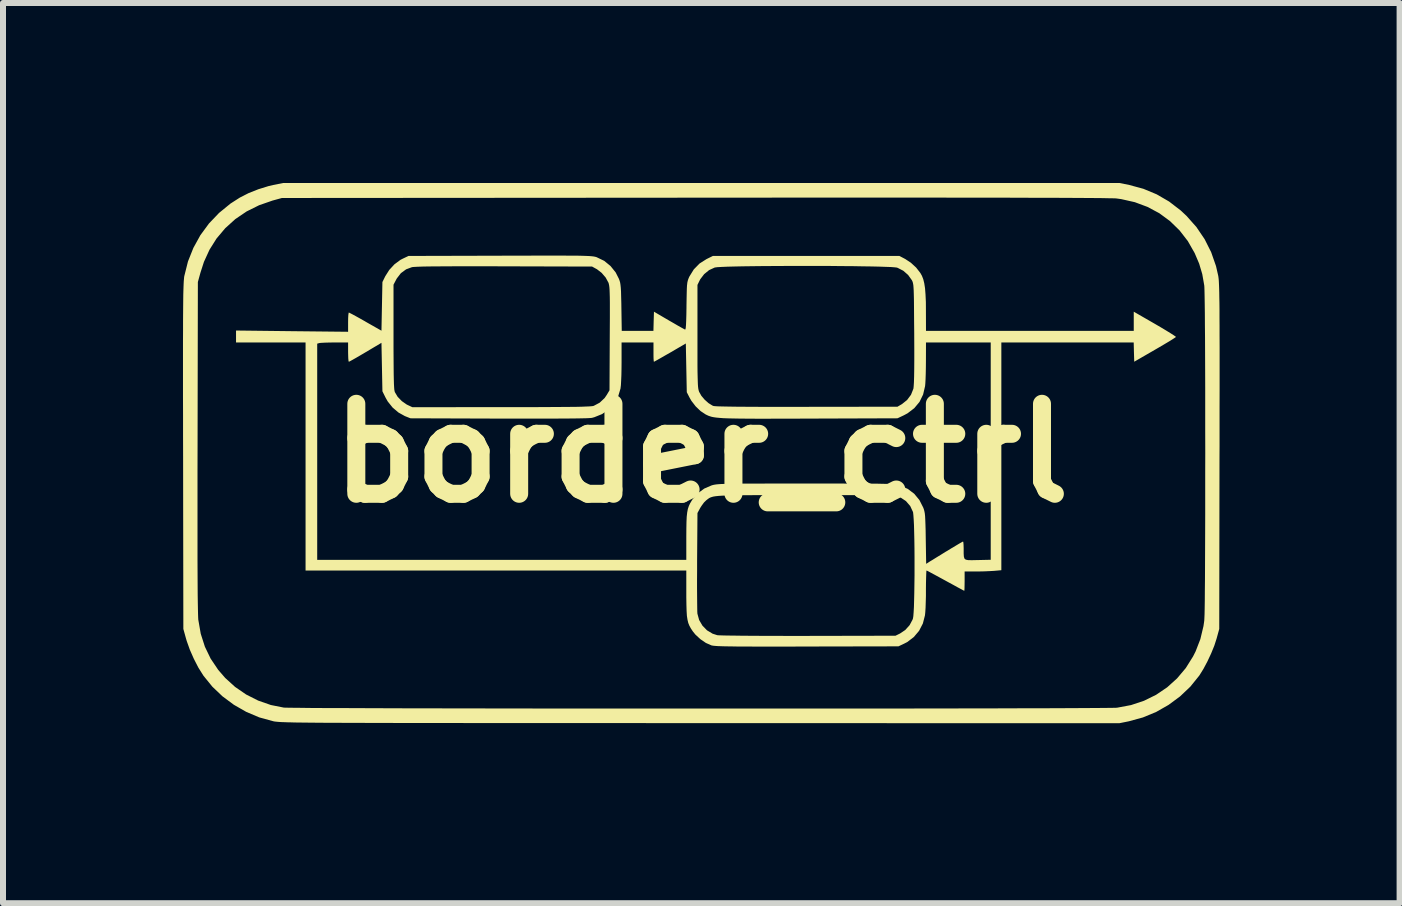
<source format=kicad_pcb>
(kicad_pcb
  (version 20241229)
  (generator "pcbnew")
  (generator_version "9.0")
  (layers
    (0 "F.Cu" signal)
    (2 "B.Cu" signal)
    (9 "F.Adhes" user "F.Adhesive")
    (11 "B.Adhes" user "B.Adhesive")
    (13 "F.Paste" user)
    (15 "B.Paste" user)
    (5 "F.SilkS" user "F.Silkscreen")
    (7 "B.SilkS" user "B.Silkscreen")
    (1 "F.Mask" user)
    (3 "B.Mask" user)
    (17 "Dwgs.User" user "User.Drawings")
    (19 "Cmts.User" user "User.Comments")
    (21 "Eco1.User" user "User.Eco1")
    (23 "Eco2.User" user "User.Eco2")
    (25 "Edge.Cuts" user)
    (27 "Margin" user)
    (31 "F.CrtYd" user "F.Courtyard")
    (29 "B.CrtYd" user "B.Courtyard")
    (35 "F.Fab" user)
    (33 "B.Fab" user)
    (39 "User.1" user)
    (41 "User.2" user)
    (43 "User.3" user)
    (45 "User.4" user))
  (footprint "border_ctrl"
    (layer "F.Cu")
    (at 8.639 4.502)
    (property "Reference" "border_ctrl" (at 0 0 0) (layer "F.SilkS") (effects (font (size 1.5 1.5) (thickness 0.3))))
    (attr board_only exclude_from_pos_files exclude_from_bom)
    (fp_poly (pts (xy 7.133 -4.469) (xy 7.369 -4.405) (xy 7.59 -4.313) (xy 7.797 -4.193) (xy 7.992 -4.043) (xy 8.089 -3.952) (xy 8.252 -3.768) (xy 8.389 -3.566) (xy 8.498 -3.349) (xy 8.579 -3.117) (xy 8.616 -2.955) (xy 8.619 -2.936) (xy 8.622 -2.912) (xy 8.625 -2.882) (xy 8.627 -2.845) (xy 8.629 -2.8) (xy 8.631 -2.745) (xy 8.633 -2.678) (xy 8.634 -2.598) (xy 8.636 -2.504) (xy 8.637 -2.394) (xy 8.637 -2.267) (xy 8.638 -2.121) (xy 8.638 -1.955) (xy 8.639 -1.768) (xy 8.639 -1.558) (xy 8.639 -1.323) (xy 8.639 -1.062) (xy 8.638 -0.775) (xy 8.638 -0.458) (xy 8.638 -0.112) (xy 8.637 0.057) (xy 8.633 2.931) (xy 8.589 3.091) (xy 8.551 3.209) (xy 8.498 3.339) (xy 8.436 3.472) (xy 8.37 3.596) (xy 8.305 3.701) (xy 8.298 3.711) (xy 8.151 3.893) (xy 7.979 4.056) (xy 7.788 4.197) (xy 7.581 4.315) (xy 7.361 4.406) (xy 7.134 4.468) (xy 7.133 4.469) (xy 6.969 4.502) (xy -0.011 4.501) (xy -0.575 4.501) (xy -1.109 4.5) (xy -1.612 4.5) (xy -2.086 4.5) (xy -2.531 4.5) (xy -2.949 4.5) (xy -3.34 4.5) (xy -3.704 4.5) (xy -4.045 4.499) (xy -4.361 4.499) (xy -4.654 4.499) (xy -4.924 4.499) (xy -5.174 4.498) (xy -5.403 4.498) (xy -5.613 4.497) (xy -5.804 4.497) (xy -5.978 4.496) (xy -6.135 4.495) (xy -6.276 4.495) (xy -6.403 4.494) (xy -6.515 4.493) (xy -6.614 4.492) (xy -6.702 4.491) (xy -6.778 4.49) (xy -6.843 4.488) (xy -6.9 4.487) (xy -6.948 4.485) (xy -6.988 4.484) (xy -7.022 4.482) (xy -7.049 4.48) (xy -7.073 4.478) (xy -7.092 4.476) (xy -7.108 4.474) (xy -7.122 4.472) (xy -7.135 4.469) (xy -7.143 4.467) (xy -7.368 4.405) (xy -7.585 4.313) (xy -7.791 4.195) (xy -7.981 4.054) (xy -8.15 3.893) (xy -8.296 3.713) (xy -8.304 3.701) (xy -8.383 3.575) (xy -8.458 3.429) (xy -8.525 3.277) (xy -8.577 3.131) (xy -8.589 3.09) (xy -8.633 2.931) (xy -8.636 0.976) (xy -8.397 0.976) (xy -8.397 1.278) (xy -8.397 1.55) (xy -8.397 1.793) (xy -8.396 2.008) (xy -8.395 2.196) (xy -8.394 2.357) (xy -8.392 2.491) (xy -8.39 2.6) (xy -8.388 2.684) (xy -8.386 2.744) (xy -8.384 2.78) (xy -8.383 2.782) (xy -8.343 3.012) (xy -8.274 3.227) (xy -8.178 3.426) (xy -8.052 3.613) (xy -7.936 3.747) (xy -7.771 3.897) (xy -7.586 4.024) (xy -7.386 4.125) (xy -7.174 4.199) (xy -6.958 4.242) (xy -6.932 4.243) (xy -6.875 4.244) (xy -6.789 4.245) (xy -6.674 4.246) (xy -6.532 4.248) (xy -6.365 4.249) (xy -6.173 4.25) (xy -5.957 4.25) (xy -5.72 4.251) (xy -5.463 4.252) (xy -5.185 4.253) (xy -4.89 4.254) (xy -4.579 4.254) (xy -4.251 4.255) (xy -3.91 4.255) (xy -3.556 4.256) (xy -3.19 4.256) (xy -2.814 4.257) (xy -2.428 4.257) (xy -2.036 4.258) (xy -1.636 4.258) (xy -1.232 4.258) (xy -0.824 4.258) (xy -0.413 4.258) (xy -0.001 4.258) (xy 0.411 4.258) (xy 0.822 4.258) (xy 1.23 4.258) (xy 1.634 4.258) (xy 2.033 4.258) (xy 2.425 4.258) (xy 2.81 4.258) (xy 3.186 4.257) (xy 3.551 4.257) (xy 3.905 4.256) (xy 4.245 4.256) (xy 4.572 4.255) (xy 4.883 4.255) (xy 5.177 4.254) (xy 5.453 4.253) (xy 5.71 4.253) (xy 5.946 4.252) (xy 6.16 4.251) (xy 6.351 4.25) (xy 6.517 4.249) (xy 6.657 4.248) (xy 6.771 4.247) (xy 6.855 4.246) (xy 6.911 4.245) (xy 6.934 4.243) (xy 7.163 4.2) (xy 7.379 4.128) (xy 7.58 4.029) (xy 7.765 3.904) (xy 7.93 3.755) (xy 8.075 3.583) (xy 8.196 3.39) (xy 8.239 3.305) (xy 8.318 3.101) (xy 8.37 2.884) (xy 8.383 2.795) (xy 8.385 2.758) (xy 8.388 2.689) (xy 8.39 2.589) (xy 8.392 2.457) (xy 8.393 2.295) (xy 8.395 2.102) (xy 8.396 1.879) (xy 8.397 1.626) (xy 8.398 1.343) (xy 8.399 1.031) (xy 8.399 0.69) (xy 8.399 0.321) (xy 8.4 -0.000001) (xy 8.399 -0.392) (xy 8.399 -0.756) (xy 8.399 -1.092) (xy 8.398 -1.398) (xy 8.397 -1.675) (xy 8.396 -1.923) (xy 8.394 -2.14) (xy 8.393 -2.328) (xy 8.391 -2.484) (xy 8.389 -2.61) (xy 8.387 -2.704) (xy 8.385 -2.767) (xy 8.383 -2.795) (xy 8.35 -2.983) (xy 8.298 -3.158) (xy 8.223 -3.334) (xy 8.109 -3.534) (xy 7.971 -3.712) (xy 7.812 -3.867) (xy 7.634 -3.998) (xy 7.438 -4.103) (xy 7.226 -4.182) (xy 7 -4.233) (xy 6.921 -4.244) (xy 6.896 -4.246) (xy 6.849 -4.247) (xy 6.781 -4.248) (xy 6.689 -4.25) (xy 6.575 -4.251) (xy 6.437 -4.252) (xy 6.275 -4.253) (xy 6.088 -4.254) (xy 5.877 -4.255) (xy 5.64 -4.255) (xy 5.377 -4.256) (xy 5.088 -4.257) (xy 4.772 -4.257) (xy 4.429 -4.257) (xy 4.058 -4.258) (xy 3.658 -4.258) (xy 3.23 -4.258) (xy 2.773 -4.258) (xy 2.286 -4.258) (xy 1.768 -4.258) (xy 1.22 -4.258) (xy 0.641 -4.257) (xy 0.03 -4.257) (xy -0.113 -4.257) (xy -6.99 -4.252) (xy -7.147 -4.209) (xy -7.371 -4.131) (xy -7.578 -4.028) (xy -7.766 -3.901) (xy -7.933 -3.75) (xy -7.936 -3.747) (xy -8.08 -3.576) (xy -8.197 -3.39) (xy -8.29 -3.187) (xy -8.348 -3.007) (xy -8.391 -2.851) (xy -8.396 -0.113) (xy -8.397 0.282) (xy -8.397 0.644) (xy -8.397 0.976) (xy -8.636 0.976) (xy -8.637 0.057) (xy -8.638 -0.304) (xy -8.638 -0.634) (xy -8.639 -0.935) (xy -8.639 -1.207) (xy -8.639 -1.454) (xy -8.639 -1.675) (xy -8.639 -1.873) (xy -8.638 -2.048) (xy -8.638 -2.203) (xy -8.637 -2.338) (xy -8.636 -2.456) (xy -8.635 -2.557) (xy -8.634 -2.643) (xy -8.632 -2.716) (xy -8.63 -2.776) (xy -8.628 -2.826) (xy -8.626 -2.866) (xy -8.623 -2.899) (xy -8.621 -2.925) (xy -8.618 -2.947) (xy -8.616 -2.955) (xy -8.556 -3.194) (xy -8.466 -3.42) (xy -8.349 -3.632) (xy -8.206 -3.827) (xy -8.038 -4.003) (xy -7.847 -4.159) (xy -7.691 -4.259) (xy -7.546 -4.333) (xy -7.382 -4.398) (xy -7.214 -4.45) (xy -7.133 -4.469) (xy -6.969 -4.502) (xy 0 -4.502) (xy 6.969 -4.502)) (stroke (width 0) (type solid)) (fill yes) (layer "F.SilkS"))
    (fp_poly (pts (xy -2.356 -3.292) (xy -2.23 -3.291) (xy -2.125 -3.291) (xy -2.037 -3.29) (xy -1.966 -3.288) (xy -1.909 -3.286) (xy -1.863 -3.284) (xy -1.828 -3.281) (xy -1.8 -3.278) (xy -1.778 -3.274) (xy -1.76 -3.27) (xy -1.744 -3.265) (xy -1.738 -3.262) (xy -1.618 -3.204) (xy -1.513 -3.118) (xy -1.427 -3.011) (xy -1.373 -2.904) (xy -1.362 -2.874) (xy -1.353 -2.843) (xy -1.347 -2.805) (xy -1.342 -2.757) (xy -1.338 -2.693) (xy -1.336 -2.608) (xy -1.333 -2.499) (xy -1.332 -2.428) (xy -1.326 -2.037) (xy -1.062 -2.037) (xy -0.798 -2.037) (xy -0.794 -2.197) (xy -0.789 -2.357) (xy -0.54 -2.211) (xy -0.458 -2.164) (xy -0.386 -2.122) (xy -0.327 -2.089) (xy -0.287 -2.067) (xy -0.271 -2.059) (xy -0.264 -2.064) (xy -0.259 -2.089) (xy -0.255 -2.136) (xy -0.252 -2.206) (xy -0.249 -2.304) (xy -0.247 -2.43) (xy -0.247 -2.451) (xy -0.245 -2.575) (xy -0.243 -2.671) (xy -0.241 -2.744) (xy -0.238 -2.799) (xy -0.237 -2.803) (xy -0.064 -2.803) (xy -0.064 -1.949) (xy -0.064 -1.76) (xy -0.064 -1.6) (xy -0.064 -1.467) (xy -0.063 -1.358) (xy -0.061 -1.27) (xy -0.059 -1.201) (xy -0.057 -1.146) (xy -0.054 -1.105) (xy -0.05 -1.073) (xy -0.045 -1.049) (xy -0.039 -1.029) (xy -0.035 -1.019) (xy 0.001 -0.955) (xy 0.056 -0.89) (xy 0.12 -0.833) (xy 0.184 -0.793) (xy 0.204 -0.785) (xy 0.228 -0.782) (xy 0.279 -0.779) (xy 0.358 -0.777) (xy 0.464 -0.775) (xy 0.599 -0.773) (xy 0.763 -0.772) (xy 0.957 -0.771) (xy 1.182 -0.77) (xy 1.437 -0.77) (xy 1.724 -0.771) (xy 1.764 -0.771) (xy 3.27 -0.773) (xy 3.345 -0.817) (xy 3.43 -0.885) (xy 3.495 -0.972) (xy 3.534 -1.07) (xy 3.536 -1.077) (xy 3.54 -1.115) (xy 3.544 -1.18) (xy 3.547 -1.275) (xy 3.549 -1.398) (xy 3.55 -1.552) (xy 3.55 -1.737) (xy 3.549 -1.953) (xy 3.549 -1.989) (xy 3.547 -2.174) (xy 3.546 -2.329) (xy 3.545 -2.458) (xy 3.544 -2.563) (xy 3.542 -2.647) (xy 3.54 -2.712) (xy 3.537 -2.763) (xy 3.534 -2.8) (xy 3.529 -2.828) (xy 3.524 -2.849) (xy 3.518 -2.865) (xy 3.51 -2.881) (xy 3.508 -2.884) (xy 3.447 -2.969) (xy 3.367 -3.039) (xy 3.276 -3.086) (xy 3.26 -3.092) (xy 3.227 -3.096) (xy 3.166 -3.101) (xy 3.078 -3.104) (xy 2.966 -3.108) (xy 2.834 -3.111) (xy 2.684 -3.113) (xy 2.519 -3.116) (xy 2.342 -3.117) (xy 2.156 -3.119) (xy 1.964 -3.119) (xy 1.769 -3.12) (xy 1.573 -3.12) (xy 1.38 -3.119) (xy 1.192 -3.118) (xy 1.013 -3.117) (xy 0.844 -3.115) (xy 0.69 -3.113) (xy 0.552 -3.11) (xy 0.435 -3.107) (xy 0.34 -3.103) (xy 0.27 -3.099) (xy 0.23 -3.094) (xy 0.224 -3.093) (xy 0.13 -3.05) (xy 0.047 -2.982) (xy -0.017 -2.898) (xy -0.027 -2.879) (xy -0.064 -2.803) (xy -0.237 -2.803) (xy -0.233 -2.84) (xy -0.226 -2.872) (xy -0.217 -2.9) (xy -0.206 -2.927) (xy -0.199 -2.942) (xy -0.125 -3.062) (xy -0.029 -3.16) (xy 0.086 -3.233) (xy 0.193 -3.286) (xy 1.747 -3.286) (xy 3.302 -3.286) (xy 3.399 -3.235) (xy 3.493 -3.173) (xy 3.581 -3.092) (xy 3.651 -3.002) (xy 3.677 -2.956) (xy 3.699 -2.9) (xy 3.716 -2.832) (xy 3.729 -2.749) (xy 3.737 -2.646) (xy 3.743 -2.519) (xy 3.744 -2.365) (xy 3.744 -2.348) (xy 3.745 -2.037) (xy 5.476 -2.037) (xy 7.208 -2.037) (xy 7.208 -2.197) (xy 7.208 -2.357) (xy 7.562 -2.153) (xy 7.658 -2.097) (xy 7.743 -2.046) (xy 7.815 -2.002) (xy 7.87 -1.967) (xy 7.903 -1.944) (xy 7.912 -1.936) (xy 7.897 -1.925) (xy 7.859 -1.9) (xy 7.8 -1.863) (xy 7.724 -1.818) (xy 7.636 -1.766) (xy 7.562 -1.723) (xy 7.216 -1.523) (xy 7.211 -1.684) (xy 7.207 -1.844) (xy 6.104 -1.844) (xy 5.001 -1.844) (xy 5.001 0.054) (xy 5.001 1.952) (xy 4.878 1.963) (xy 4.808 1.967) (xy 4.719 1.971) (xy 4.625 1.973) (xy 4.572 1.973) (xy 4.389 1.973) (xy 4.389 2.134) (xy 4.388 2.202) (xy 4.387 2.255) (xy 4.385 2.288) (xy 4.383 2.295) (xy 4.368 2.288) (xy 4.329 2.267) (xy 4.269 2.235) (xy 4.195 2.194) (xy 4.108 2.147) (xy 4.07 2.126) (xy 3.98 2.077) (xy 3.899 2.033) (xy 3.832 1.997) (xy 3.784 1.971) (xy 3.757 1.958) (xy 3.754 1.957) (xy 3.751 1.972) (xy 3.749 2.015) (xy 3.747 2.08) (xy 3.745 2.163) (xy 3.744 2.259) (xy 3.744 2.275) (xy 3.744 2.382) (xy 3.741 2.486) (xy 3.738 2.579) (xy 3.733 2.655) (xy 3.728 2.704) (xy 3.693 2.84) (xy 3.63 2.962) (xy 3.542 3.066) (xy 3.432 3.15) (xy 3.377 3.178) (xy 3.286 3.221) (xy 1.764 3.224) (xy 1.501 3.225) (xy 1.269 3.225) (xy 1.065 3.225) (xy 0.888 3.225) (xy 0.735 3.224) (xy 0.606 3.224) (xy 0.497 3.222) (xy 0.407 3.221) (xy 0.335 3.219) (xy 0.278 3.217) (xy 0.234 3.214) (xy 0.202 3.211) (xy 0.179 3.207) (xy 0.169 3.205) (xy 0.076 3.164) (xy -0.016 3.101) (xy -0.099 3.024) (xy -0.141 2.972) (xy -0.173 2.924) (xy -0.198 2.879) (xy -0.217 2.832) (xy -0.23 2.778) (xy -0.24 2.713) (xy -0.245 2.631) (xy -0.248 2.529) (xy -0.25 2.401) (xy -0.25 2.341) (xy -0.25 2.109) (xy -0.071 2.109) (xy -0.071 2.251) (xy -0.07 2.379) (xy -0.069 2.488) (xy -0.068 2.576) (xy -0.067 2.64) (xy -0.065 2.675) (xy -0.065 2.676) (xy -0.036 2.782) (xy 0.019 2.876) (xy 0.095 2.954) (xy 0.188 3.01) (xy 0.266 3.035) (xy 0.293 3.037) (xy 0.349 3.039) (xy 0.433 3.041) (xy 0.542 3.042) (xy 0.673 3.044) (xy 0.824 3.045) (xy 0.993 3.046) (xy 1.177 3.046) (xy 1.374 3.047) (xy 1.581 3.047) (xy 1.788 3.047) (xy 3.237 3.044) (xy 3.314 3.006) (xy 3.4 2.948) (xy 3.472 2.868) (xy 3.521 2.776) (xy 3.528 2.756) (xy 3.534 2.719) (xy 3.539 2.653) (xy 3.544 2.564) (xy 3.547 2.454) (xy 3.55 2.327) (xy 3.552 2.188) (xy 3.554 2.041) (xy 3.554 1.889) (xy 3.554 1.737) (xy 3.553 1.588) (xy 3.551 1.447) (xy 3.548 1.317) (xy 3.545 1.202) (xy 3.54 1.106) (xy 3.535 1.034) (xy 3.53 0.989) (xy 3.528 0.981) (xy 3.482 0.882) (xy 3.411 0.8) (xy 3.321 0.74) (xy 3.319 0.739) (xy 3.237 0.701) (xy 1.743 0.701) (xy 1.485 0.701) (xy 1.258 0.701) (xy 1.059 0.701) (xy 0.886 0.701) (xy 0.737 0.702) (xy 0.61 0.703) (xy 0.503 0.705) (xy 0.415 0.707) (xy 0.342 0.71) (xy 0.284 0.714) (xy 0.237 0.719) (xy 0.2 0.725) (xy 0.172 0.733) (xy 0.149 0.741) (xy 0.13 0.751) (xy 0.113 0.763) (xy 0.096 0.776) (xy 0.081 0.788) (xy 0.045 0.823) (xy 0.007 0.875) (xy -0.017 0.912) (xy -0.064 0.999) (xy -0.07 1.796) (xy -0.07 1.956) (xy -0.071 2.109) (xy -0.25 2.109) (xy -0.25 1.957) (xy -3.423 1.957) (xy -6.596 1.957) (xy -6.596 0.056) (xy -6.596 -1.824) (xy -6.402 -1.824) (xy -6.402 -0.022) (xy -6.402 1.78) (xy -3.326 1.78) (xy -0.25 1.78) (xy -0.25 1.396) (xy -0.249 1.258) (xy -0.247 1.147) (xy -0.243 1.059) (xy -0.235 0.989) (xy -0.224 0.931) (xy -0.208 0.883) (xy -0.187 0.838) (xy -0.159 0.791) (xy -0.146 0.771) (xy -0.06 0.671) (xy 0.048 0.592) (xy 0.165 0.541) (xy 0.183 0.535) (xy 0.202 0.53) (xy 0.223 0.526) (xy 0.249 0.522) (xy 0.281 0.519) (xy 0.322 0.516) (xy 0.375 0.514) (xy 0.44 0.512) (xy 0.52 0.51) (xy 0.618 0.509) (xy 0.735 0.509) (xy 0.873 0.508) (xy 1.035 0.508) (xy 1.222 0.507) (xy 1.437 0.507) (xy 1.682 0.507) (xy 1.738 0.507) (xy 1.989 0.507) (xy 2.211 0.507) (xy 2.404 0.508) (xy 2.571 0.508) (xy 2.714 0.509) (xy 2.836 0.509) (xy 2.938 0.51) (xy 3.022 0.512) (xy 3.091 0.513) (xy 3.146 0.516) (xy 3.19 0.518) (xy 3.224 0.521) (xy 3.252 0.525) (xy 3.274 0.529) (xy 3.293 0.534) (xy 3.311 0.539) (xy 3.312 0.54) (xy 3.44 0.596) (xy 3.548 0.677) (xy 3.635 0.782) (xy 3.699 0.908) (xy 3.71 0.938) (xy 3.718 0.968) (xy 3.725 1.004) (xy 3.73 1.049) (xy 3.733 1.109) (xy 3.736 1.187) (xy 3.739 1.288) (xy 3.741 1.417) (xy 3.741 1.422) (xy 3.748 1.846) (xy 3.783 1.824) (xy 3.807 1.808) (xy 3.854 1.78) (xy 3.918 1.74) (xy 3.995 1.693) (xy 4.08 1.64) (xy 4.085 1.638) (xy 4.168 1.587) (xy 4.242 1.543) (xy 4.302 1.507) (xy 4.343 1.484) (xy 4.362 1.474) (xy 4.363 1.474) (xy 4.368 1.489) (xy 4.371 1.528) (xy 4.373 1.584) (xy 4.373 1.599) (xy 4.373 1.673) (xy 4.376 1.724) (xy 4.386 1.758) (xy 4.408 1.776) (xy 4.448 1.784) (xy 4.51 1.785) (xy 4.599 1.783) (xy 4.607 1.783) (xy 4.824 1.778) (xy 4.824 -0.033) (xy 4.824 -1.844) (xy 4.284 -1.844) (xy 3.745 -1.844) (xy 3.744 -1.534) (xy 3.743 -1.429) (xy 3.741 -1.326) (xy 3.738 -1.235) (xy 3.734 -1.161) (xy 3.73 -1.117) (xy 3.697 -0.976) (xy 3.637 -0.853) (xy 3.55 -0.749) (xy 3.439 -0.664) (xy 3.378 -0.631) (xy 3.27 -0.58) (xy 1.804 -0.575) (xy 1.543 -0.574) (xy 1.311 -0.574) (xy 1.108 -0.573) (xy 0.931 -0.573) (xy 0.778 -0.574) (xy 0.647 -0.575) (xy 0.536 -0.577) (xy 0.443 -0.579) (xy 0.365 -0.582) (xy 0.302 -0.587) (xy 0.249 -0.592) (xy 0.207 -0.598) (xy 0.172 -0.605) (xy 0.143 -0.614) (xy 0.117 -0.623) (xy 0.092 -0.635) (xy 0.073 -0.644) (xy -0.013 -0.701) (xy -0.095 -0.78) (xy -0.165 -0.871) (xy -0.195 -0.923) (xy -0.242 -1.015) (xy -0.25 -1.421) (xy -0.258 -1.827) (xy -0.52 -1.674) (xy -0.603 -1.627) (xy -0.676 -1.585) (xy -0.734 -1.552) (xy -0.774 -1.53) (xy -0.79 -1.522) (xy -0.79 -1.522) (xy -0.793 -1.537) (xy -0.796 -1.577) (xy -0.797 -1.636) (xy -0.797 -1.683) (xy -0.797 -1.844) (xy -1.063 -1.844) (xy -1.329 -1.844) (xy -1.329 -1.509) (xy -1.33 -1.401) (xy -1.332 -1.298) (xy -1.336 -1.206) (xy -1.34 -1.132) (xy -1.346 -1.082) (xy -1.346 -1.078) (xy -1.386 -0.944) (xy -1.453 -0.826) (xy -1.543 -0.727) (xy -1.654 -0.65) (xy -1.783 -0.598) (xy -1.824 -0.587) (xy -1.856 -0.584) (xy -1.918 -0.581) (xy -2.012 -0.579) (xy -2.136 -0.577) (xy -2.289 -0.576) (xy -2.472 -0.575) (xy -2.682 -0.575) (xy -2.92 -0.575) (xy -3.185 -0.575) (xy -3.374 -0.575) (xy -4.848 -0.58) (xy -4.941 -0.617) (xy -5.047 -0.676) (xy -5.145 -0.759) (xy -5.226 -0.86) (xy -5.262 -0.923) (xy -5.315 -1.03) (xy -5.323 -1.434) (xy -5.331 -1.838) (xy -5.597 -1.68) (xy -5.68 -1.631) (xy -5.754 -1.588) (xy -5.814 -1.554) (xy -5.856 -1.531) (xy -5.875 -1.522) (xy -5.875 -1.522) (xy -5.88 -1.537) (xy -5.884 -1.577) (xy -5.886 -1.636) (xy -5.887 -1.683) (xy -5.887 -1.844) (xy -6.108 -1.844) (xy -6.193 -1.843) (xy -6.268 -1.841) (xy -6.327 -1.838) (xy -6.362 -1.835) (xy -6.366 -1.834) (xy -6.402 -1.824) (xy -6.596 -1.824) (xy -6.596 -1.844) (xy -7.175 -1.844) (xy -7.755 -1.844) (xy -7.755 -1.943) (xy -7.755 -2.043) (xy -6.821 -2.032) (xy -5.887 -2.022) (xy -5.887 -2.183) (xy -5.886 -2.25) (xy -5.883 -2.304) (xy -5.878 -2.336) (xy -5.875 -2.343) (xy -5.858 -2.335) (xy -5.817 -2.314) (xy -5.758 -2.282) (xy -5.684 -2.241) (xy -5.601 -2.194) (xy -5.597 -2.191) (xy -5.331 -2.04) (xy -5.323 -2.445) (xy -5.316 -2.807) (xy -5.13 -2.807) (xy -5.13 -1.938) (xy -5.13 -1.741) (xy -5.129 -1.574) (xy -5.128 -1.433) (xy -5.127 -1.318) (xy -5.125 -1.225) (xy -5.123 -1.153) (xy -5.12 -1.098) (xy -5.117 -1.058) (xy -5.112 -1.032) (xy -5.108 -1.017) (xy -5.061 -0.938) (xy -4.991 -0.866) (xy -4.911 -0.81) (xy -4.897 -0.803) (xy -4.816 -0.765) (xy -3.334 -0.766) (xy -3.073 -0.766) (xy -2.841 -0.766) (xy -2.639 -0.767) (xy -2.463 -0.768) (xy -2.312 -0.769) (xy -2.185 -0.77) (xy -2.079 -0.771) (xy -1.992 -0.773) (xy -1.924 -0.776) (xy -1.871 -0.778) (xy -1.833 -0.781) (xy -1.807 -0.784) (xy -1.792 -0.788) (xy -1.694 -0.84) (xy -1.612 -0.917) (xy -1.575 -0.971) (xy -1.53 -1.047) (xy -1.526 -1.909) (xy -1.525 -2.099) (xy -1.524 -2.261) (xy -1.524 -2.395) (xy -1.524 -2.506) (xy -1.525 -2.595) (xy -1.527 -2.666) (xy -1.529 -2.721) (xy -1.532 -2.762) (xy -1.536 -2.794) (xy -1.541 -2.818) (xy -1.546 -2.837) (xy -1.548 -2.841) (xy -1.594 -2.926) (xy -1.661 -3.004) (xy -1.74 -3.065) (xy -1.755 -3.073) (xy -1.82 -3.109) (xy -3.277 -3.113) (xy -3.563 -3.114) (xy -3.817 -3.114) (xy -4.041 -3.114) (xy -4.235 -3.113) (xy -4.4 -3.112) (xy -4.537 -3.111) (xy -4.646 -3.109) (xy -4.729 -3.106) (xy -4.786 -3.103) (xy -4.818 -3.1) (xy -4.82 -3.1) (xy -4.92 -3.063) (xy -5.007 -2.999) (xy -5.075 -2.911) (xy -5.085 -2.893) (xy -5.13 -2.807) (xy -5.316 -2.807) (xy -5.315 -2.851) (xy -5.268 -2.947) (xy -5.201 -3.053) (xy -5.114 -3.147) (xy -5.014 -3.221) (xy -4.973 -3.242) (xy -4.88 -3.286) (xy -3.354 -3.29) (xy -3.098 -3.291) (xy -2.872 -3.291) (xy -2.675 -3.292) (xy -2.503 -3.292)) (stroke (width 0) (type solid)) (fill yes) (layer "F.SilkS")))
  (gr_rect
    (start -3 -3)
    (end 20.278 12.004)
    (stroke (width 0.1) (type default))
    (fill no)
    (layer "Edge.Cuts")))
</source>
